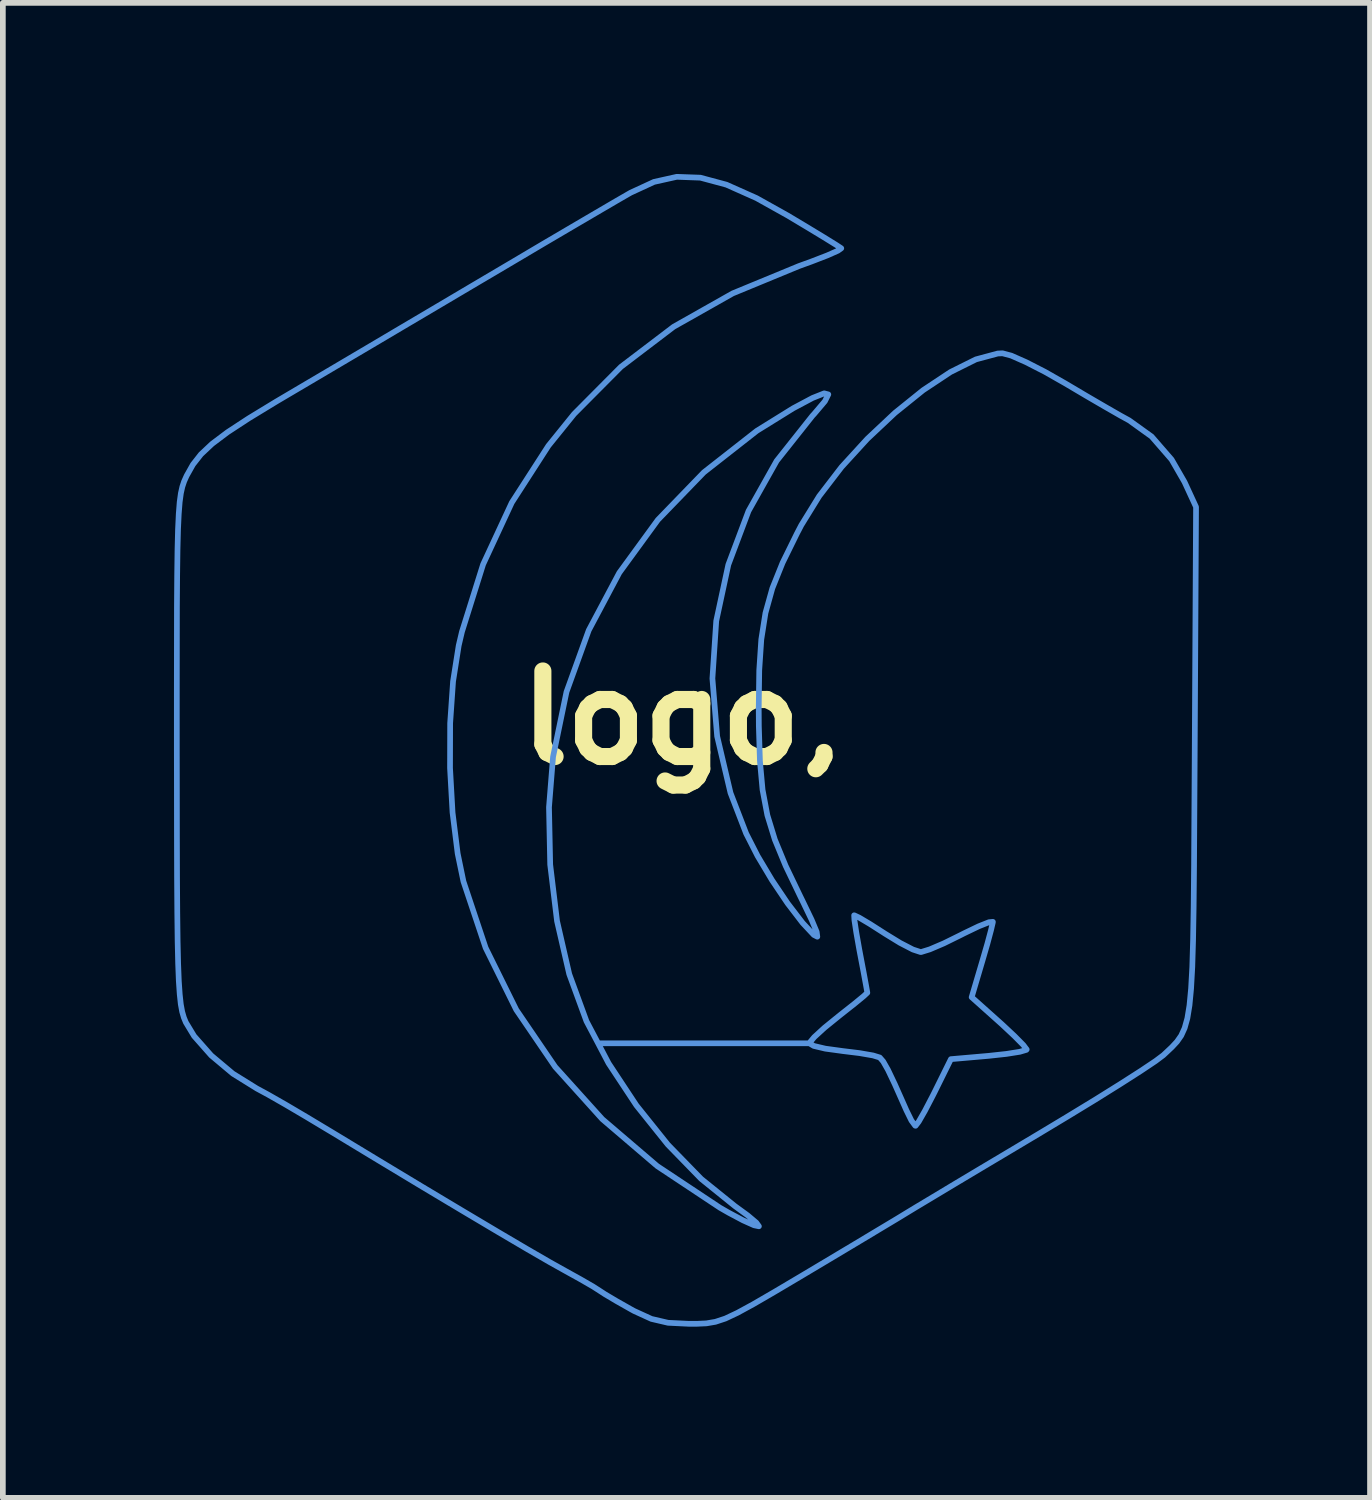
<source format=kicad_pcb>
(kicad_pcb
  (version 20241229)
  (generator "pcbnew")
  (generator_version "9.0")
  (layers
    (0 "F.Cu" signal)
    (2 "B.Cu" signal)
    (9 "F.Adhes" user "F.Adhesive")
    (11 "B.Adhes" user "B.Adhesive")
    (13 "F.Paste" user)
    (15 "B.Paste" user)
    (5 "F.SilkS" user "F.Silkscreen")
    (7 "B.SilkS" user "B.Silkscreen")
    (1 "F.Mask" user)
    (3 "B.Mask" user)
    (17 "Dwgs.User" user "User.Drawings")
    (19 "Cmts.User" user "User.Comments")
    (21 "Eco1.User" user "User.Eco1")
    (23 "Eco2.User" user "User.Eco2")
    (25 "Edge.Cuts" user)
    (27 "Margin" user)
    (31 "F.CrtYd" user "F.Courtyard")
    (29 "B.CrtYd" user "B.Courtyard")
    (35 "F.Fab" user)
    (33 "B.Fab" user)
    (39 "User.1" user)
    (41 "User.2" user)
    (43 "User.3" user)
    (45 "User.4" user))
  (footprint "logo,"
    (layer "F.Cu")
    (at 8.896 9.535)
    (property "Reference" "logo," (at 0 0 0) (layer "F.SilkS") (effects (font (size 1.5 1.5) (thickness 0.3))))
    (attr board_only exclude_from_pos_files exclude_from_bom)
    (fp_poly (pts (xy 0.333 -9.47) (xy 0.79 -9.347) (xy 1.317 -9.112) (xy 1.861 -8.808) (xy 2.209 -8.6) (xy 2.501 -8.423) (xy 2.708 -8.295) (xy 2.801 -8.234) (xy 2.803 -8.232) (xy 2.745 -8.19) (xy 2.56 -8.108) (xy 2.278 -7.999) (xy 2.06 -7.92) (xy 0.899 -7.441) (xy -0.136 -6.856) (xy -1.059 -6.154) (xy -1.881 -5.327) (xy -2.331 -4.77) (xy -2.973 -3.774) (xy -3.476 -2.691) (xy -3.847 -1.509) (xy -3.904 -1.267) (xy -4.003 -0.639) (xy -4.054 0.095) (xy -4.056 0.88) (xy -4.012 1.66) (xy -3.922 2.38) (xy -3.821 2.868) (xy -3.432 4.032) (xy -2.895 5.118) (xy -2.212 6.12) (xy -1.387 7.035) (xy -0.423 7.859) (xy 0.677 8.589) (xy 0.829 8.676) (xy 1.083 8.811) (xy 1.273 8.896) (xy 1.359 8.914) (xy 1.314 8.851) (xy 1.162 8.723) (xy 0.934 8.557) (xy 0.933 8.556) (xy 0.347 8.083) (xy -0.237 7.483) (xy -0.789 6.794) (xy -1.276 6.057) (xy -1.46 5.706) (xy 2.244 5.706) (xy 2.321 5.752) (xy 2.524 5.8) (xy 2.809 5.839) (xy 2.822 5.841) (xy 3.124 5.878) (xy 3.36 5.919) (xy 3.478 5.955) (xy 3.538 6.024) (xy 3.622 6.172) (xy 3.742 6.424) (xy 3.911 6.804) (xy 3.944 6.879) (xy 4.033 7.06) (xy 4.099 7.15) (xy 4.106 7.152) (xy 4.161 7.08) (xy 4.268 6.893) (xy 4.406 6.628) (xy 4.437 6.567) (xy 4.725 5.984) (xy 5.389 5.926) (xy 5.7 5.892) (xy 5.933 5.855) (xy 6.048 5.821) (xy 6.054 5.814) (xy 5.995 5.736) (xy 5.84 5.579) (xy 5.619 5.372) (xy 5.571 5.329) (xy 5.089 4.898) (xy 5.275 4.269) (xy 5.364 3.963) (xy 5.429 3.72) (xy 5.46 3.587) (xy 5.461 3.577) (xy 5.393 3.583) (xy 5.212 3.655) (xy 4.954 3.779) (xy 4.893 3.81) (xy 4.601 3.954) (xy 4.355 4.059) (xy 4.203 4.106) (xy 4.193 4.106) (xy 4.059 4.062) (xy 3.835 3.946) (xy 3.567 3.782) (xy 3.555 3.774) (xy 3.305 3.614) (xy 3.118 3.503) (xy 3.031 3.462) (xy 3.029 3.462) (xy 3.034 3.549) (xy 3.066 3.761) (xy 3.118 4.056) (xy 3.134 4.141) (xy 3.193 4.451) (xy 3.237 4.689) (xy 3.259 4.812) (xy 3.26 4.82) (xy 3.198 4.878) (xy 3.035 5.012) (xy 2.802 5.196) (xy 2.752 5.236) (xy 2.508 5.434) (xy 2.329 5.598) (xy 2.246 5.698) (xy 2.244 5.706) (xy -1.46 5.706) (xy -1.664 5.319) (xy -1.966 4.493) (xy -2.18 3.563) (xy -2.3 2.573) (xy -2.321 1.568) (xy -2.25 0.684) (xy -2.014 -0.455) (xy -1.624 -1.535) (xy -1.088 -2.544) (xy -0.412 -3.471) (xy 0.394 -4.304) (xy 1.323 -5.032) (xy 1.96 -5.427) (xy 2.3 -5.608) (xy 2.504 -5.689) (xy 2.576 -5.67) (xy 2.516 -5.55) (xy 2.327 -5.327) (xy 2.299 -5.297) (xy 1.67 -4.504) (xy 1.177 -3.626) (xy 0.823 -2.684) (xy 0.611 -1.698) (xy 0.544 -0.689) (xy 0.627 0.323) (xy 0.861 1.316) (xy 1.135 2.027) (xy 1.336 2.422) (xy 1.589 2.846) (xy 1.863 3.253) (xy 2.125 3.595) (xy 2.322 3.806) (xy 2.383 3.837) (xy 2.372 3.752) (xy 2.284 3.542) (xy 2.117 3.195) (xy 2.084 3.128) (xy 1.828 2.595) (xy 1.639 2.136) (xy 1.507 1.706) (xy 1.423 1.261) (xy 1.377 0.756) (xy 1.358 0.146) (xy 1.356 -0.169) (xy 1.365 -0.833) (xy 1.401 -1.374) (xy 1.474 -1.838) (xy 1.595 -2.272) (xy 1.775 -2.72) (xy 2.025 -3.229) (xy 2.102 -3.377) (xy 2.416 -3.886) (xy 2.809 -4.398) (xy 3.26 -4.891) (xy 3.744 -5.346) (xy 4.238 -5.744) (xy 4.719 -6.063) (xy 5.163 -6.284) (xy 5.546 -6.387) (xy 5.63 -6.391) (xy 5.784 -6.35) (xy 6.044 -6.235) (xy 6.374 -6.066) (xy 6.731 -5.863) (xy 7.099 -5.645) (xy 7.434 -5.45) (xy 7.699 -5.298) (xy 7.85 -5.215) (xy 8.244 -4.932) (xy 8.594 -4.529) (xy 8.821 -4.135) (xy 9.023 -3.697) (xy 8.999 0.734) (xy 8.993 1.742) (xy 8.988 2.595) (xy 8.981 3.308) (xy 8.971 3.894) (xy 8.957 4.369) (xy 8.936 4.747) (xy 8.908 5.041) (xy 8.871 5.267) (xy 8.823 5.439) (xy 8.763 5.571) (xy 8.689 5.677) (xy 8.6 5.773) (xy 8.495 5.872) (xy 8.449 5.915) (xy 8.313 6.017) (xy 8.053 6.191) (xy 7.692 6.422) (xy 7.253 6.696) (xy 6.757 6.998) (xy 6.308 7.268) (xy 5.77 7.589) (xy 5.256 7.895) (xy 4.794 8.171) (xy 4.406 8.404) (xy 4.119 8.576) (xy 3.979 8.661) (xy 3.772 8.787) (xy 3.45 8.98) (xy 3.045 9.223) (xy 2.59 9.495) (xy 2.124 9.773) (xy 1.633 10.064) (xy 1.261 10.28) (xy 0.982 10.432) (xy 0.77 10.532) (xy 0.597 10.589) (xy 0.439 10.616) (xy 0.268 10.624) (xy 0.134 10.624) (xy -0.234 10.606) (xy -0.525 10.538) (xy -0.829 10.399) (xy -0.878 10.372) (xy -1.136 10.226) (xy -1.34 10.105) (xy -1.429 10.047) (xy -1.549 9.97) (xy -1.769 9.843) (xy -2.025 9.701) (xy -2.299 9.548) (xy -2.702 9.315) (xy -3.22 9.01) (xy -3.839 8.642) (xy -4.543 8.221) (xy -5.318 7.754) (xy -6.149 7.251) (xy -6.181 7.232) (xy -6.569 6.999) (xy -6.937 6.782) (xy -7.245 6.606) (xy -7.45 6.495) (xy -7.451 6.494) (xy -7.863 6.238) (xy -8.243 5.919) (xy -8.543 5.579) (xy -8.688 5.339) (xy -8.723 5.253) (xy -8.752 5.153) (xy -8.776 5.023) (xy -8.795 4.848) (xy -8.811 4.615) (xy -8.823 4.308) (xy -8.832 3.913) (xy -8.838 3.416) (xy -8.842 2.802) (xy -8.844 2.056) (xy -8.845 1.164) (xy -8.846 0.556) (xy -8.846 -0.425) (xy -8.845 -1.252) (xy -8.844 -1.938) (xy -8.84 -2.499) (xy -8.834 -2.95) (xy -8.825 -3.304) (xy -8.812 -3.577) (xy -8.796 -3.782) (xy -8.775 -3.936) (xy -8.749 -4.052) (xy -8.718 -4.145) (xy -8.68 -4.23) (xy -8.672 -4.247) (xy -8.563 -4.441) (xy -8.422 -4.621) (xy -8.227 -4.804) (xy -7.956 -5.008) (xy -7.588 -5.249) (xy -7.102 -5.545) (xy -6.858 -5.689) (xy -6.519 -5.889) (xy -6.063 -6.158) (xy -5.521 -6.478) (xy -4.921 -6.833) (xy -4.293 -7.204) (xy -3.666 -7.575) (xy -3.556 -7.64) (xy -2.973 -7.984) (xy -2.421 -8.311) (xy -1.919 -8.606) (xy -1.491 -8.857) (xy -1.156 -9.053) (xy -0.938 -9.179) (xy -0.889 -9.207) (xy -0.48 -9.396) (xy -0.081 -9.485)) (stroke (width 0.1) (type solid)) (fill no) (layer "Cmts.User")))
  (gr_rect
    (start -3 -3)
    (end 20.969 23.21)
    (stroke (width 0.1) (type default))
    (fill no)
    (layer "Edge.Cuts")))
</source>
